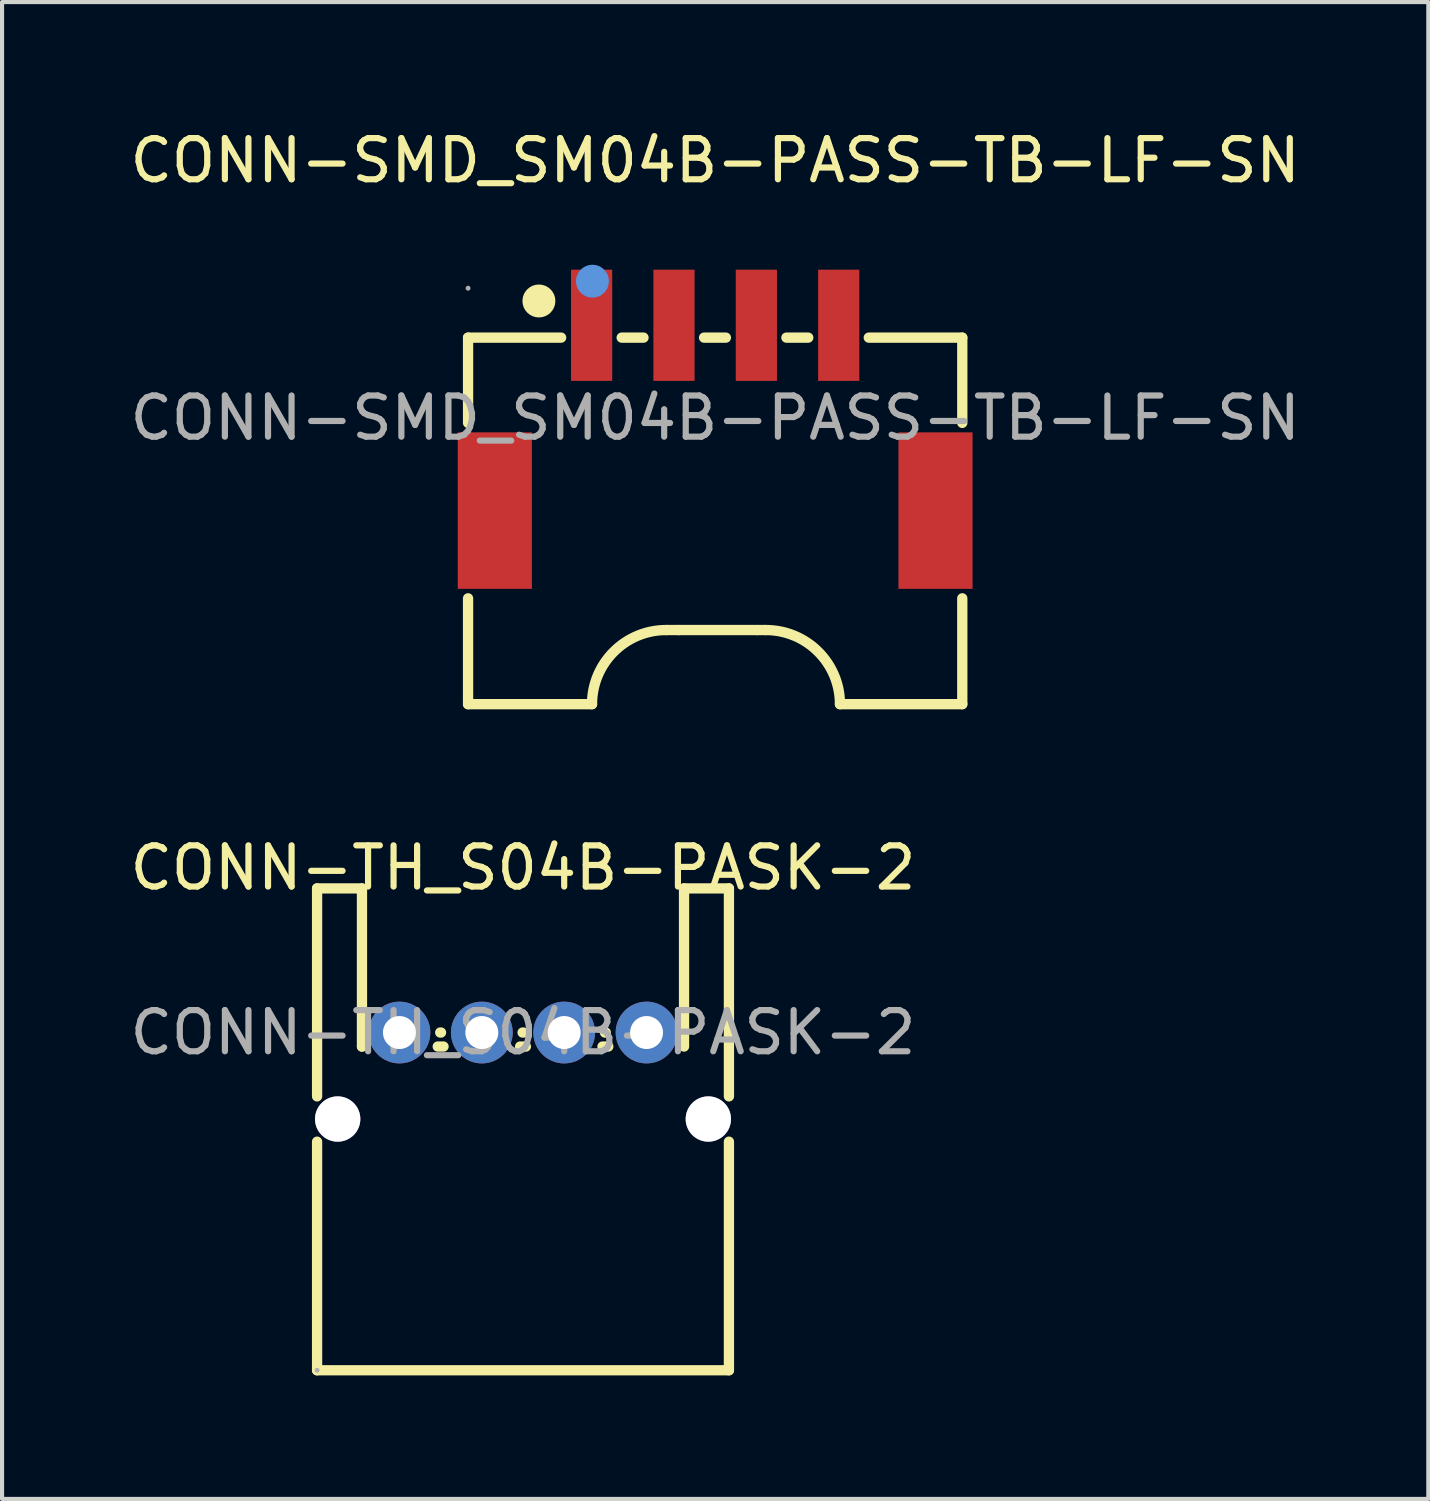
<source format=kicad_pcb>
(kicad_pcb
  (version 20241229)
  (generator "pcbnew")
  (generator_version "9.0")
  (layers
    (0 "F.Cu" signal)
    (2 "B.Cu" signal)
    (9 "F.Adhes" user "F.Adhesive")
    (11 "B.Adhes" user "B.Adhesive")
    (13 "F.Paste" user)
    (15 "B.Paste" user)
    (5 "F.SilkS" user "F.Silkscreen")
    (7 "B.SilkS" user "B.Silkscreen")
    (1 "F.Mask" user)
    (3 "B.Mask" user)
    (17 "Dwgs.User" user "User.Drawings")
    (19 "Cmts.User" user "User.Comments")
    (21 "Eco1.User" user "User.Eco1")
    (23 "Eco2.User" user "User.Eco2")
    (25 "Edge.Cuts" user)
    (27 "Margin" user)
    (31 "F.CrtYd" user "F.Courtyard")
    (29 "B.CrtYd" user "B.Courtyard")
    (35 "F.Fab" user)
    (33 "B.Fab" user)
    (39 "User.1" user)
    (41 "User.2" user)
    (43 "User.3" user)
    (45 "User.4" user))
  (footprint "CONN-SMD_SM04B-PASS-TB-LF-SN"
    (layer "F.Cu")
    (at 14.315 7.098)
    (property "Reference" "CONN-SMD_SM04B-PASS-TB-LF-SN" (at 0 -6.25 0) (layer "F.SilkS") (effects (font (size 1 1) (thickness 0.15))))
    (attr smd)
    (fp_line (start -6 -1.95) (end -3.74 -1.95) (stroke (width 0.25) (type solid)) (layer "F.SilkS"))
    (fp_line (start -6 0.12) (end -6 -1.95) (stroke (width 0.25) (type solid)) (layer "F.SilkS"))
    (fp_line (start -6 6.95) (end -6 4.38) (stroke (width 0.25) (type solid)) (layer "F.SilkS"))
    (fp_line (start -2.99 6.95) (end -6 6.95) (stroke (width 0.25) (type solid)) (layer "F.SilkS"))
    (fp_line (start -2.27 -1.95) (end -1.74 -1.95) (stroke (width 0.25) (type solid)) (layer "F.SilkS"))
    (fp_line (start -1.19 5.15) (end -0.89 5.15) (stroke (width 0.25) (type solid)) (layer "F.SilkS"))
    (fp_line (start -0.27 -1.95) (end 0.26 -1.95) (stroke (width 0.25) (type solid)) (layer "F.SilkS"))
    (fp_line (start 1.02 5.15) (end -0.89 5.15) (stroke (width 0.25) (type solid)) (layer "F.SilkS"))
    (fp_line (start 1.23 5.15) (end 1.02 5.15) (stroke (width 0.25) (type solid)) (layer "F.SilkS"))
    (fp_line (start 1.73 -1.95) (end 2.26 -1.95) (stroke (width 0.25) (type solid)) (layer "F.SilkS"))
    (fp_line (start 3.73 -1.95) (end 6 -1.95) (stroke (width 0.25) (type solid)) (layer "F.SilkS"))
    (fp_line (start 6 -1.95) (end 6 0.12) (stroke (width 0.25) (type solid)) (layer "F.SilkS"))
    (fp_line (start 6 6.95) (end 3.03 6.95) (stroke (width 0.25) (type solid)) (layer "F.SilkS"))
    (fp_line (start 6 6.95) (end 6 4.38) (stroke (width 0.25) (type solid)) (layer "F.SilkS"))
    (fp_arc (start -2.99 6.95) (mid -2.462792 5.677208) (end -1.19 5.15) (stroke (width 0.25) (type solid)) (layer "F.SilkS"))
    (fp_arc (start 1.23 5.15) (mid 2.502792 5.677208) (end 3.03 6.95) (stroke (width 0.25) (type solid)) (layer "F.SilkS"))
    (fp_circle (center -4.28 -2.84) (end -4.08 -2.84) (stroke (width 0.4) (type solid)) (fill no) (layer "F.SilkS"))
    (fp_circle (center -2.98 -3.32) (end -2.78 -3.32) (stroke (width 0.4) (type solid)) (fill no) (layer "Cmts.User"))
    (fp_circle (center -6 -3.15) (end -5.97 -3.15) (stroke (width 0.06) (type solid)) (fill no) (layer "F.Fab"))
    (fp_text user "${REFERENCE}" (at 0 0 0) (layer "F.Fab") (effects (font (size 1 1) (thickness 0.15))))
    (pad "1" smd rect (at -3 -2.25 180) (size 1 2.7) (layers "F.Cu" "F.Mask" "F.Paste"))
    (pad "2" smd rect (at -1 -2.25 180) (size 1 2.7) (layers "F.Cu" "F.Mask" "F.Paste"))
    (pad "3" smd rect (at 1 -2.25 180) (size 1 2.7) (layers "F.Cu" "F.Mask" "F.Paste"))
    (pad "4" smd rect (at 3 -2.25 180) (size 1 2.7) (layers "F.Cu" "F.Mask" "F.Paste"))
    (pad "5" smd rect (at 5.35 2.25 180) (size 1.8 3.8) (layers "F.Cu" "F.Mask" "F.Paste"))
    (pad "6" smd rect (at -5.35 2.25 180) (size 1.8 3.8) (layers "F.Cu" "F.Mask" "F.Paste")))
  (footprint "CONN-TH_S04B-PASK-2"
    (layer "F.Cu")
    (at 9.649 22.021)
    (property "Reference" "CONN-TH_S04B-PASK-2" (at 0 -4 0) (layer "F.SilkS") (effects (font (size 1 1) (thickness 0.15))))
    (attr through_hole)
    (fp_line (start -5 -3.5) (end -5 1.55) (stroke (width 0.25) (type solid)) (layer "F.SilkS"))
    (fp_line (start -5 2.65) (end -5 8.2) (stroke (width 0.25) (type solid)) (layer "F.SilkS"))
    (fp_line (start -5 8.2) (end 5 8.2) (stroke (width 0.25) (type solid)) (layer "F.SilkS"))
    (fp_line (start -3.91 -3.5) (end -5 -3.5) (stroke (width 0.25) (type solid)) (layer "F.SilkS"))
    (fp_line (start -3.91 0.34) (end -3.91 -3.5) (stroke (width 0.25) (type solid)) (layer "F.SilkS"))
    (fp_line (start -3.91 0.34) (end -3.91 0.34) (stroke (width 0.25) (type solid)) (layer "F.SilkS"))
    (fp_line (start -1.99 0) (end -2.01 0) (stroke (width 0.25) (type solid)) (layer "F.SilkS"))
    (fp_line (start -1.93 0.34) (end -2.07 0.34) (stroke (width 0.25) (type solid)) (layer "F.SilkS"))
    (fp_line (start 0.01 0) (end -0.01 0) (stroke (width 0.25) (type solid)) (layer "F.SilkS"))
    (fp_line (start 0.07 0.34) (end -0.07 0.34) (stroke (width 0.25) (type solid)) (layer "F.SilkS"))
    (fp_line (start 2.01 0) (end 1.99 0) (stroke (width 0.25) (type solid)) (layer "F.SilkS"))
    (fp_line (start 2.07 0.34) (end 1.93 0.34) (stroke (width 0.25) (type solid)) (layer "F.SilkS"))
    (fp_line (start 3.91 -3.5) (end 3.91 0.34) (stroke (width 0.25) (type solid)) (layer "F.SilkS"))
    (fp_line (start 5 -3.5) (end 3.91 -3.5) (stroke (width 0.25) (type solid)) (layer "F.SilkS"))
    (fp_line (start 5 1.55) (end 5 -3.5) (stroke (width 0.25) (type solid)) (layer "F.SilkS"))
    (fp_line (start 5 8.2) (end 5 2.65) (stroke (width 0.25) (type solid)) (layer "F.SilkS"))
    (fp_circle (center -4.5 2.1) (end -4.3 2.1) (stroke (width 0.4) (type solid)) (fill no) (layer "Cmts.User"))
    (fp_circle (center 4.5 2.1) (end 4.7 2.1) (stroke (width 0.4) (type solid)) (fill no) (layer "Cmts.User"))
    (fp_circle (center -5 8.2) (end -4.97 8.2) (stroke (width 0.06) (type solid)) (fill no) (layer "F.Fab"))
    (fp_text user "${REFERENCE}" (at 0 0 0) (layer "F.Fab") (effects (font (size 1 1) (thickness 0.15))))
    (pad "" thru_hole circle (at -4.5 2.1) (size 1.1 1.1) (drill 1.1) (layers "*.Cu" "*.Mask"))
    (pad "" thru_hole circle (at 4.5 2.1) (size 1.1 1.1) (drill 1.1) (layers "*.Cu" "*.Mask"))
    (pad "1" thru_hole circle (at -3 0) (size 1.5 1.5) (drill 0.8) (layers "*.Cu" "*.Mask"))
    (pad "2" thru_hole circle (at -1 0) (size 1.5 1.5) (drill 0.8) (layers "*.Cu" "*.Mask"))
    (pad "3" thru_hole circle (at 1 0) (size 1.5 1.5) (drill 0.8) (layers "*.Cu" "*.Mask"))
    (pad "4" thru_hole circle (at 3 0) (size 1.5 1.5) (drill 0.8) (layers "*.Cu" "*.Mask")))
  (gr_rect
    (start -3 -3)
    (end 31.631 33.346)
    (stroke (width 0.1) (type default))
    (fill no)
    (layer "Edge.Cuts")))
</source>
